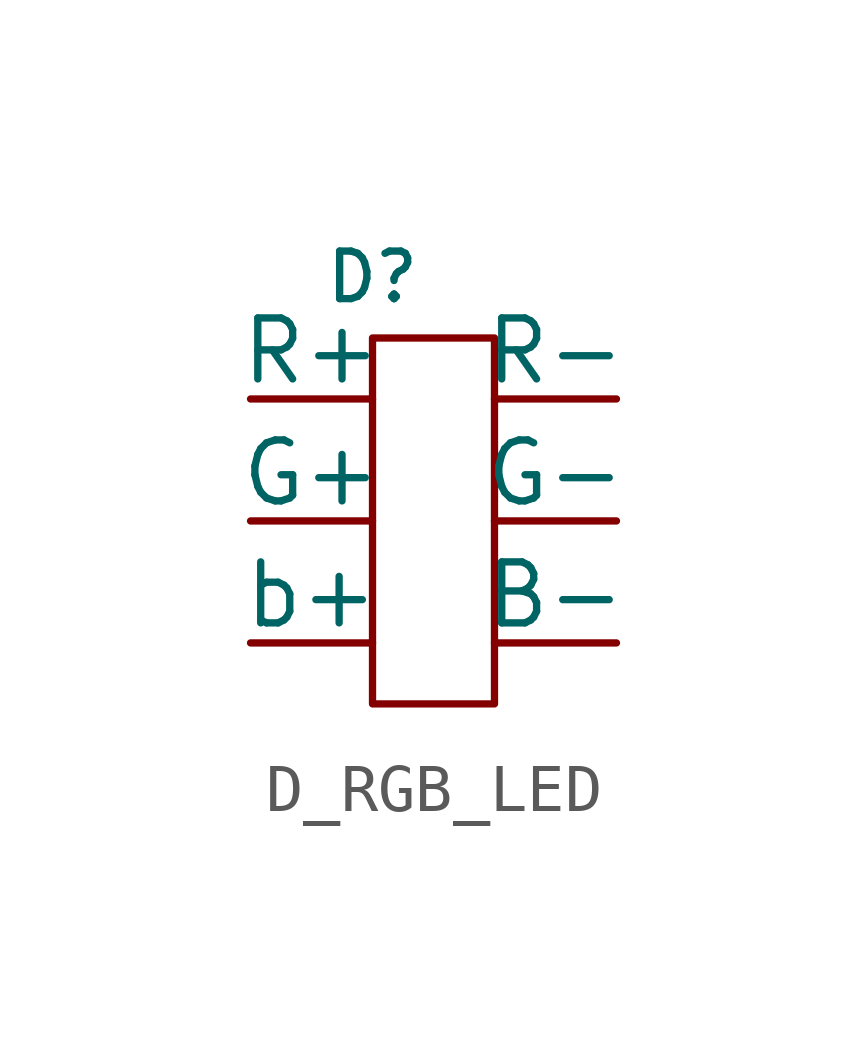
<source format=kicad_sym>
(kicad_symbol_lib
  (version 20220914)
  (generator kicad_symbol_editor)
  (symbol "D_RGB_LED"
    (pin_numbers hide)
    (pin_names
      (offset 0))
    (property "Reference" "D"
      (at 2.54 2.54 0)
      (effects (font (size 0.991 0.991))))
    (symbol "D_RGB_LED_0_1"
      (rectangle (start 2.54 1.27) (end 5.08 -6.35) (stroke (width 0) (type solid)) (fill (type none))))
    (symbol "D_RGB_LED_1_1"
      (pin input line (at 7.62 -5.08 180) (length 2.54) (name "B-" (effects (font (size 1.27 1.27)))) (number "1" (effects (font (size 1.27 1.27)))))
      (pin input line (at 7.62 0 180) (length 2.54) (name "R-" (effects (font (size 1.27 1.27)))) (number "2" (effects (font (size 1.27 1.27)))))
      (pin input line (at 7.62 -2.54 180) (length 2.54) (name "G-" (effects (font (size 1.27 1.27)))) (number "3" (effects (font (size 1.27 1.27)))))
      (pin input line (at 0 -2.54 0) (length 2.54) (name "G+" (effects (font (size 1.27 1.27)))) (number "4" (effects (font (size 1.27 1.27)))))
      (pin input line (at 0 0 0) (length 2.54) (name "R+" (effects (font (size 1.27 1.27)))) (number "5" (effects (font (size 1.27 1.27)))))
      (pin input line (at 0 -5.08 0) (length 2.54) (name "b+" (effects (font (size 1.27 1.27)))) (number "6" (effects (font (size 1.27 1.27))))))))
</source>
